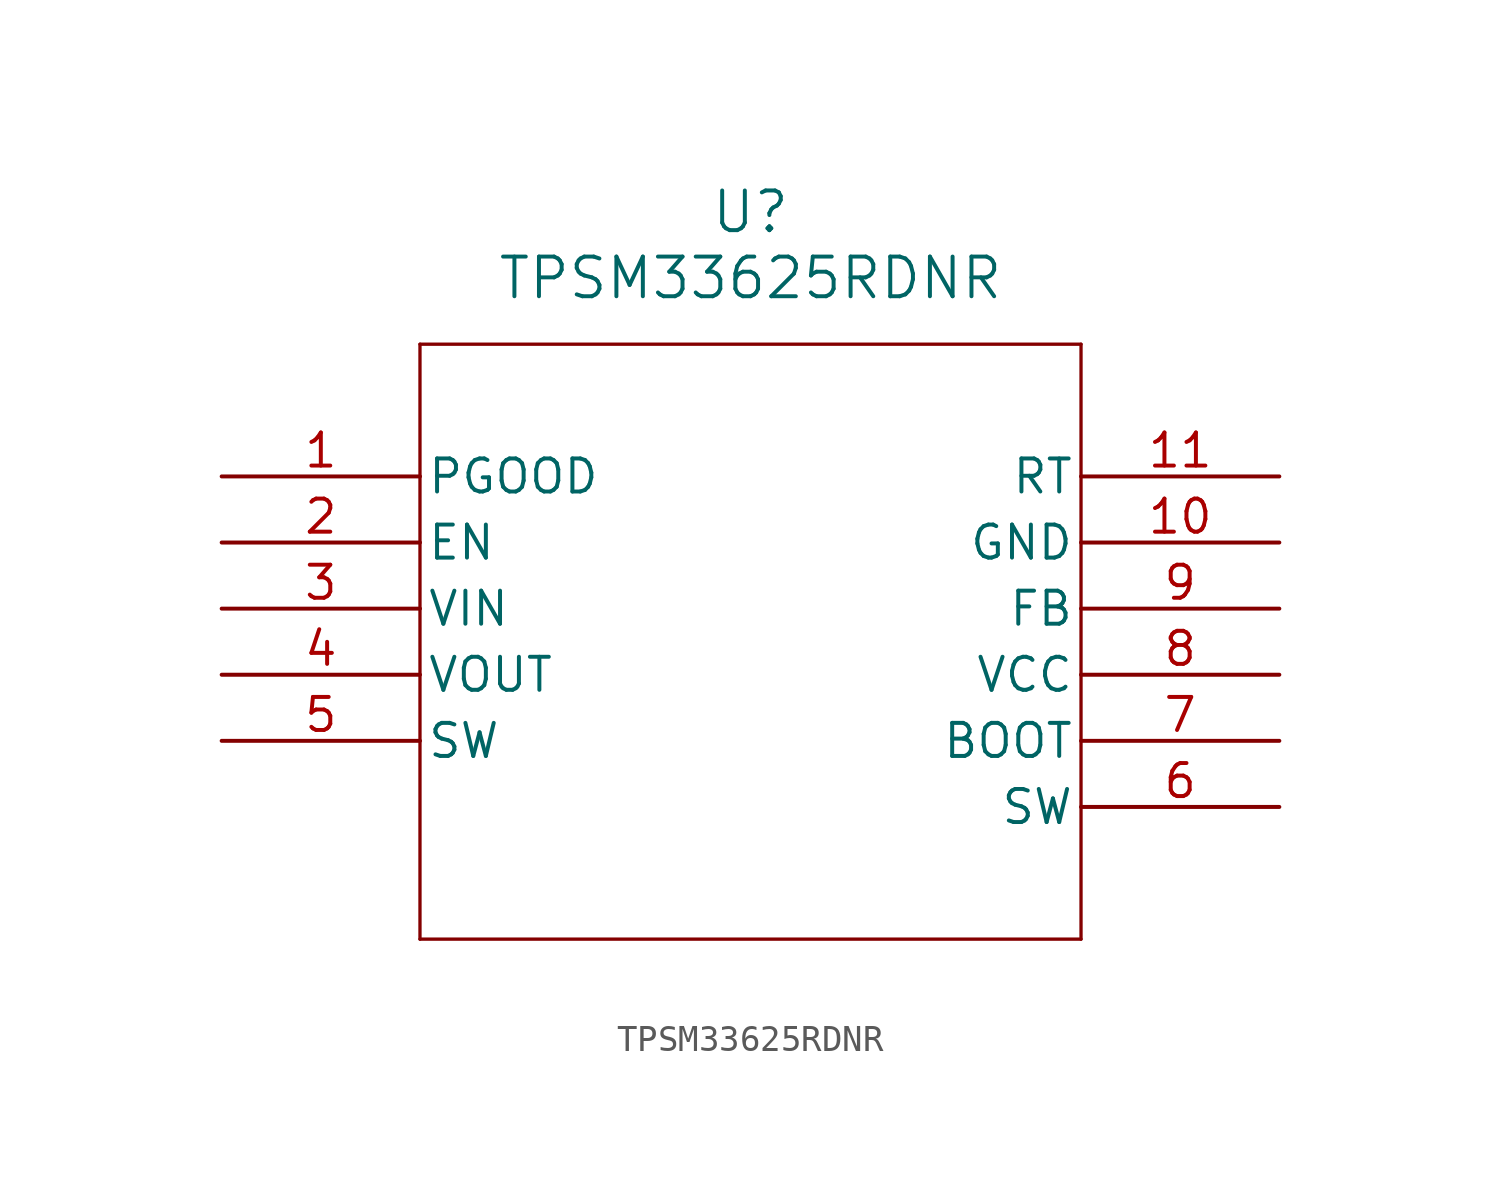
<source format=kicad_sym>
(kicad_symbol_lib
  (version 20211014)
  (generator kicad_symbol_editor)
  (symbol "TPSM33625RDNR"
    (pin_names
      (offset 0.254))
    (property "Reference" "U"
      (at 20.32 10.16 0)
      (effects (font (size 1.524 1.524))))
    (property "Value" "TPSM33625RDNR"
      (at 20.32 7.62 0)
      (effects (font (size 1.524 1.524))))
    (symbol "TPSM33625RDNR_0_1"
      (polyline (pts (xy 7.62 5.08) (xy 7.62 -17.78)) (stroke (width 0.127) (type default) (color 0 0 0 0)) (fill (type none)))
      (polyline (pts (xy 7.62 -17.78) (xy 33.02 -17.78)) (stroke (width 0.127) (type default) (color 0 0 0 0)) (fill (type none)))
      (polyline (pts (xy 33.02 -17.78) (xy 33.02 5.08)) (stroke (width 0.127) (type default) (color 0 0 0 0)) (fill (type none)))
      (polyline (pts (xy 33.02 5.08) (xy 7.62 5.08)) (stroke (width 0.127) (type default) (color 0 0 0 0)) (fill (type none)))
      (pin unspecified line (at 0 0 0) (length 7.62) (name "PGOOD" (effects (font (size 1.27 1.27)))) (number "1" (effects (font (size 1.27 1.27)))))
      (pin unspecified line (at 0 -2.54 0) (length 7.62) (name "EN" (effects (font (size 1.27 1.27)))) (number "2" (effects (font (size 1.27 1.27)))))
      (pin power_in line (at 0 -5.08 0) (length 7.62) (name "VIN" (effects (font (size 1.27 1.27)))) (number "3" (effects (font (size 1.27 1.27)))))
      (pin power_in line (at 0 -7.62 0) (length 7.62) (name "VOUT" (effects (font (size 1.27 1.27)))) (number "4" (effects (font (size 1.27 1.27)))))
      (pin power_in line (at 0 -10.16 0) (length 7.62) (name "SW" (effects (font (size 1.27 1.27)))) (number "5" (effects (font (size 1.27 1.27)))))
      (pin power_in line (at 40.64 -12.7 180) (length 7.62) (name "SW" (effects (font (size 1.27 1.27)))) (number "6" (effects (font (size 1.27 1.27)))))
      (pin power_in line (at 40.64 -10.16 180) (length 7.62) (name "BOOT" (effects (font (size 1.27 1.27)))) (number "7" (effects (font (size 1.27 1.27)))))
      (pin power_in line (at 40.64 -7.62 180) (length 7.62) (name "VCC" (effects (font (size 1.27 1.27)))) (number "8" (effects (font (size 1.27 1.27)))))
      (pin unspecified line (at 40.64 -5.08 180) (length 7.62) (name "FB" (effects (font (size 1.27 1.27)))) (number "9" (effects (font (size 1.27 1.27)))))
      (pin power_out line (at 40.64 -2.54 180) (length 7.62) (name "GND" (effects (font (size 1.27 1.27)))) (number "10" (effects (font (size 1.27 1.27)))))
      (pin unspecified line (at 40.64 0 180) (length 7.62) (name "RT" (effects (font (size 1.27 1.27)))) (number "11" (effects (font (size 1.27 1.27))))))))
</source>
